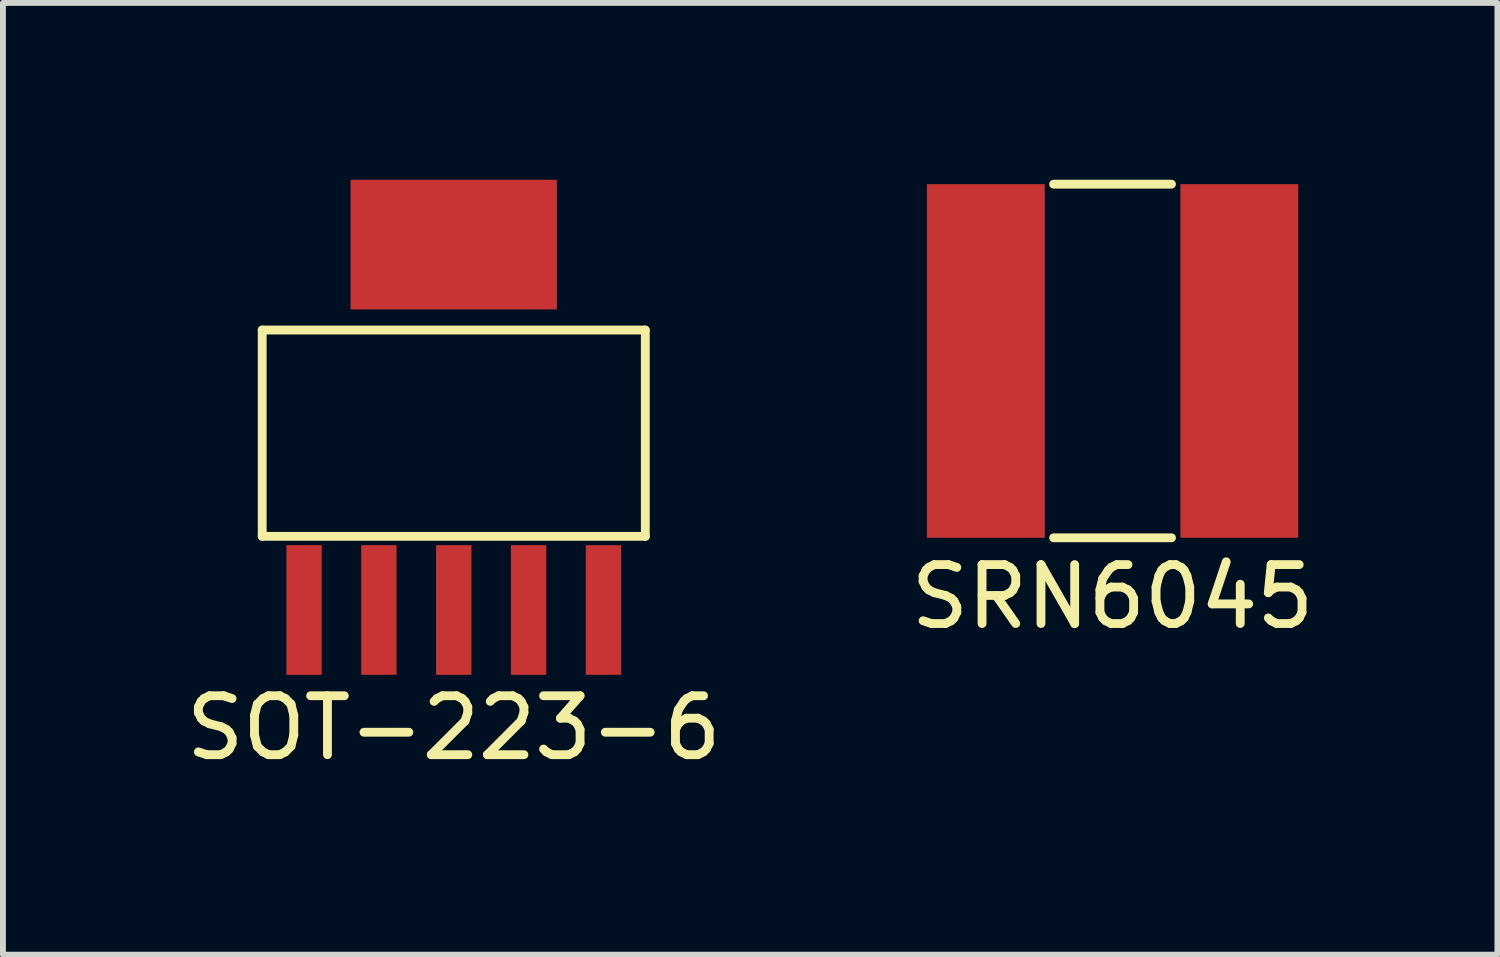
<source format=kicad_pcb>
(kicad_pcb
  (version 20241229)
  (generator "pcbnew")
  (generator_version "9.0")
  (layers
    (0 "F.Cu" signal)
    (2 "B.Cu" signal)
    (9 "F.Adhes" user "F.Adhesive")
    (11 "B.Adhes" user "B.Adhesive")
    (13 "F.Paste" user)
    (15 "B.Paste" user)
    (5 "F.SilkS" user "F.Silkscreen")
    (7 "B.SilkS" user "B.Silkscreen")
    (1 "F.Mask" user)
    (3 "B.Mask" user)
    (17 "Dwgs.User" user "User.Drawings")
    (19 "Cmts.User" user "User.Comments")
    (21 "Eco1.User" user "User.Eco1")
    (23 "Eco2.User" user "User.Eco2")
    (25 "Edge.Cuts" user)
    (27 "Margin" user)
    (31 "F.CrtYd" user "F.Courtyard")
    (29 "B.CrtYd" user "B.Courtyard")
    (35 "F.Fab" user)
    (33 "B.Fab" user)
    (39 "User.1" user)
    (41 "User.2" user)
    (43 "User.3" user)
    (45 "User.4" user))
  (footprint "SOT-223-6"
    (layer "F.Cu")
    (at 4.649 7.3)
    (property "Reference" "SOT-223-6" (at 0 2 0) (layer "F.SilkS") (effects (font (size 1 1) (thickness 0.15))))
    (attr through_hole)
    (fp_line (start -3.25 -4.75) (end -3.25 -1.25) (stroke (width 0.15) (type solid)) (layer "F.SilkS"))
    (fp_line (start -3.25 -1.25) (end 3.25 -1.25) (stroke (width 0.15) (type solid)) (layer "F.SilkS"))
    (fp_line (start 3.25 -4.75) (end -3.25 -4.75) (stroke (width 0.15) (type solid)) (layer "F.SilkS"))
    (fp_line (start 3.25 -1.25) (end 3.25 -4.75) (stroke (width 0.15) (type solid)) (layer "F.SilkS"))
    (pad "1" smd rect (at -2.54 0) (size 0.6 2.2) (layers "F.Cu" "F.Mask" "F.Paste"))
    (pad "2" smd rect (at -1.27 0) (size 0.6 2.2) (layers "F.Cu" "F.Mask" "F.Paste"))
    (pad "3" smd rect (at 0 0) (size 0.6 2.2) (layers "F.Cu" "F.Mask" "F.Paste"))
    (pad "4" smd rect (at 1.27 0) (size 0.6 2.2) (layers "F.Cu" "F.Mask" "F.Paste"))
    (pad "5" smd rect (at 2.54 0) (size 0.6 2.2) (layers "F.Cu" "F.Mask" "F.Paste"))
    (pad "6" smd rect (at 0 -6.2) (size 3.5 2.2) (layers "F.Cu" "F.Mask" "F.Paste")))
  (footprint "SRN6045"
    (layer "F.Cu")
    (at 15.827 3.075)
    (property "Reference" "SRN6045" (at 0 4 0) (layer "F.SilkS") (effects (font (size 1 1) (thickness 0.15))))
    (attr through_hole)
    (fp_line (start -1 3) (end 1 3) (stroke (width 0.15) (type solid)) (layer "F.SilkS"))
    (fp_line (start 1 -3) (end -1 -3) (stroke (width 0.15) (type solid)) (layer "F.SilkS"))
    (pad "1" smd rect (at -2.15 0) (size 2 6) (layers "F.Cu" "F.Mask" "F.Paste"))
    (pad "2" smd rect (at 2.15 0) (size 2 6) (layers "F.Cu" "F.Mask" "F.Paste")))
  (gr_rect
    (start -3 -3)
    (end 22.357 13.148)
    (stroke (width 0.1) (type default))
    (fill no)
    (layer "Edge.Cuts")))
</source>
